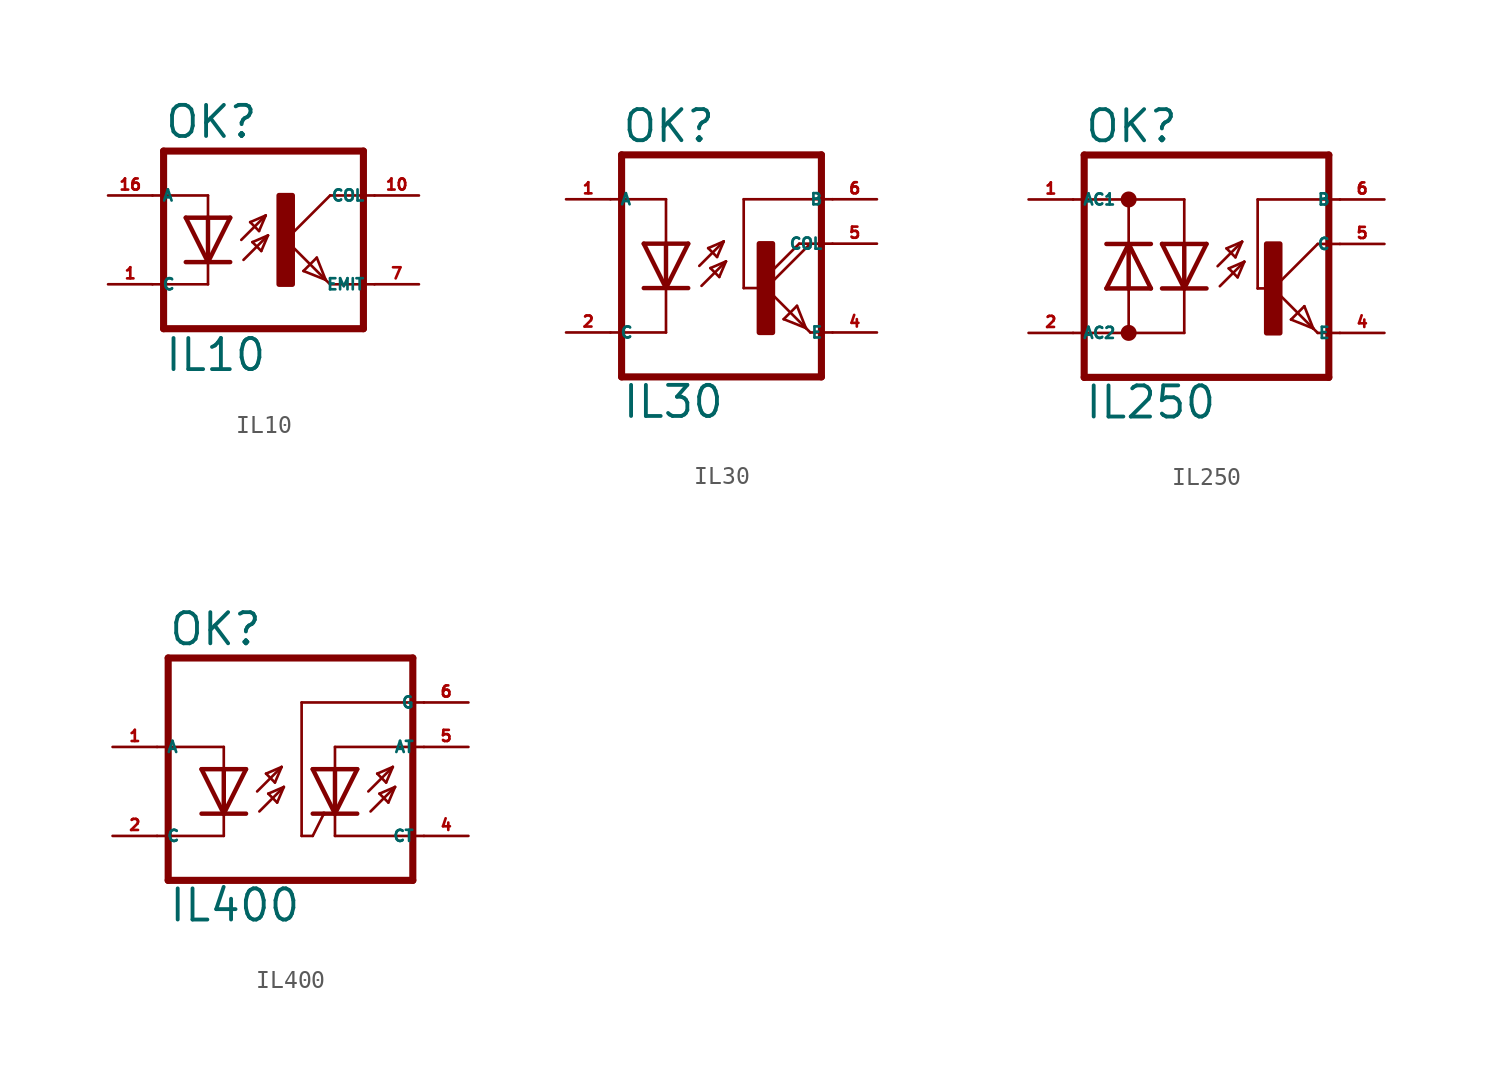
<source format=kicad_sym>
(kicad_symbol_lib
  (version 20220914)
  (generator kicad_symbol_editor)
  (symbol "IL10"
    (property "Reference" "OK"
      (at -6.985 5.715 0)
      (effects (font (size 1.778 1.778) (thickness 0.22)) (justify left bottom)))
    (property "Value" "IL10"
      (at -6.985 -7.62 0)
      (effects (font (size 1.778 1.778) (thickness 0.22)) (justify left bottom)))
    (symbol "IL10_1_1"
      (rectangle (start -0.381 -2.54) (end 0.381 2.54) (stroke (width 0.3) (type default)) (fill (type outline)))
      (polyline (pts (xy -6.985 -5.08) (xy 4.445 -5.08)) (stroke (width 0.406) (type default)) (fill (type none)))
      (polyline (pts (xy -6.985 5.08) (xy -6.985 -5.08)) (stroke (width 0.406) (type default)) (fill (type none)))
      (polyline (pts (xy -6.985 5.08) (xy 4.445 5.08)) (stroke (width 0.406) (type default)) (fill (type none)))
      (polyline (pts (xy -4.445 -2.54) (xy -7.62 -2.54)) (stroke (width 0.152) (type default)) (fill (type none)))
      (polyline (pts (xy -4.445 -1.27) (xy -5.715 -1.27)) (stroke (width 0.254) (type default)) (fill (type none)))
      (polyline (pts (xy -4.445 -1.27) (xy -5.715 1.27)) (stroke (width 0.254) (type default)) (fill (type none)))
      (polyline (pts (xy -4.445 -1.27) (xy -4.445 -2.54)) (stroke (width 0.152) (type default)) (fill (type none)))
      (polyline (pts (xy -4.445 1.27) (xy -5.715 1.27)) (stroke (width 0.254) (type default)) (fill (type none)))
      (polyline (pts (xy -4.445 1.27) (xy -4.445 -1.27)) (stroke (width 0.254) (type default)) (fill (type none)))
      (polyline (pts (xy -4.445 2.54) (xy -7.62 2.54)) (stroke (width 0.152) (type default)) (fill (type none)))
      (polyline (pts (xy -4.445 2.54) (xy -4.445 1.27)) (stroke (width 0.152) (type default)) (fill (type none)))
      (polyline (pts (xy -3.175 -1.27) (xy -4.445 -1.27)) (stroke (width 0.254) (type default)) (fill (type none)))
      (polyline (pts (xy -3.175 1.27) (xy -4.445 -1.27)) (stroke (width 0.254) (type default)) (fill (type none)))
      (polyline (pts (xy -3.175 1.27) (xy -4.445 1.27)) (stroke (width 0.254) (type default)) (fill (type none)))
      (polyline (pts (xy -2.54 0) (xy -1.143 1.397)) (stroke (width 0.152) (type default)) (fill (type none)))
      (polyline (pts (xy -2.413 -1.143) (xy -1.016 0.254)) (stroke (width 0.152) (type default)) (fill (type none)))
      (polyline (pts (xy -2.032 1.016) (xy -1.524 0.508)) (stroke (width 0.152) (type default)) (fill (type none)))
      (polyline (pts (xy -1.905 -0.127) (xy -1.397 -0.635)) (stroke (width 0.152) (type default)) (fill (type none)))
      (polyline (pts (xy -1.524 0.508) (xy -1.143 1.397)) (stroke (width 0.152) (type default)) (fill (type none)))
      (polyline (pts (xy -1.397 -0.635) (xy -1.016 0.254)) (stroke (width 0.152) (type default)) (fill (type none)))
      (polyline (pts (xy -1.143 1.397) (xy -2.032 1.016)) (stroke (width 0.152) (type default)) (fill (type none)))
      (polyline (pts (xy -1.016 0.254) (xy -1.905 -0.127)) (stroke (width 0.152) (type default)) (fill (type none)))
      (polyline (pts (xy 0 0) (xy 2.286 -2.286)) (stroke (width 0.152) (type default)) (fill (type none)))
      (polyline (pts (xy 1.016 -1.778) (xy 1.778 -1.016)) (stroke (width 0.152) (type default)) (fill (type none)))
      (polyline (pts (xy 1.778 -1.016) (xy 2.286 -2.286)) (stroke (width 0.152) (type default)) (fill (type none)))
      (polyline (pts (xy 2.286 -2.286) (xy 1.016 -1.778)) (stroke (width 0.152) (type default)) (fill (type none)))
      (polyline (pts (xy 2.286 -2.286) (xy 2.54 -2.54)) (stroke (width 0.152) (type default)) (fill (type none)))
      (polyline (pts (xy 2.54 -2.54) (xy 5.08 -2.54)) (stroke (width 0.152) (type default)) (fill (type none)))
      (polyline (pts (xy 2.54 2.54) (xy 0 0)) (stroke (width 0.152) (type default)) (fill (type none)))
      (polyline (pts (xy 2.54 2.54) (xy 5.08 2.54)) (stroke (width 0.152) (type default)) (fill (type none)))
      (polyline (pts (xy 4.445 5.08) (xy 4.445 -5.08)) (stroke (width 0.406) (type default)) (fill (type none)))
      (pin passive line (at -10.16 -2.54 0) (length 2.54) (name "C" (effects (font (size 0.635 0.635)))) (number "1" (effects (font (size 0.635 0.635)))))
      (pin passive line (at 7.62 2.54 180) (length 2.54) (name "COL" (effects (font (size 0.635 0.635)))) (number "10" (effects (font (size 0.635 0.635)))))
      (pin passive line (at -10.16 2.54 0) (length 2.54) (name "A" (effects (font (size 0.635 0.635)))) (number "16" (effects (font (size 0.635 0.635)))))
      (pin passive line (at 7.62 -2.54 180) (length 2.54) (name "EMIT" (effects (font (size 0.635 0.635)))) (number "7" (effects (font (size 0.635 0.635)))))))
  (symbol "IL30"
    (property "Reference" "OK"
      (at -7.01 8.23 0)
      (effects (font (size 1.778 1.778) (thickness 0.22)) (justify left bottom)))
    (property "Value" "IL30"
      (at -7.01 -7.544 0)
      (effects (font (size 1.778 1.778) (thickness 0.22)) (justify left bottom)))
    (symbol "IL30_1_1"
      (polyline (pts (xy -7.62 5.08) (xy -4.445 5.08)) (stroke (width 0.152) (type default)) (fill (type none)))
      (polyline (pts (xy -6.985 -5.08) (xy 4.445 -5.08)) (stroke (width 0.406) (type default)) (fill (type none)))
      (polyline (pts (xy -6.985 7.62) (xy -6.985 -5.08)) (stroke (width 0.406) (type default)) (fill (type none)))
      (polyline (pts (xy -6.985 7.62) (xy 4.445 7.62)) (stroke (width 0.406) (type default)) (fill (type none)))
      (polyline (pts (xy -4.445 -2.54) (xy -7.62 -2.54)) (stroke (width 0.152) (type default)) (fill (type none)))
      (polyline (pts (xy -4.445 0) (xy -5.715 0)) (stroke (width 0.254) (type default)) (fill (type none)))
      (polyline (pts (xy -4.445 0) (xy -5.715 2.54)) (stroke (width 0.254) (type default)) (fill (type none)))
      (polyline (pts (xy -4.445 0) (xy -4.445 -2.54)) (stroke (width 0.152) (type default)) (fill (type none)))
      (polyline (pts (xy -4.445 2.54) (xy -5.715 2.54)) (stroke (width 0.254) (type default)) (fill (type none)))
      (polyline (pts (xy -4.445 2.54) (xy -4.445 0)) (stroke (width 0.254) (type default)) (fill (type none)))
      (polyline (pts (xy -4.445 5.08) (xy -4.445 2.54)) (stroke (width 0.152) (type default)) (fill (type none)))
      (polyline (pts (xy -3.175 0) (xy -4.445 0)) (stroke (width 0.254) (type default)) (fill (type none)))
      (polyline (pts (xy -3.175 2.54) (xy -4.445 0)) (stroke (width 0.254) (type default)) (fill (type none)))
      (polyline (pts (xy -3.175 2.54) (xy -4.445 2.54)) (stroke (width 0.254) (type default)) (fill (type none)))
      (polyline (pts (xy -2.54 1.27) (xy -1.143 2.667)) (stroke (width 0.152) (type default)) (fill (type none)))
      (polyline (pts (xy -2.413 0.127) (xy -1.016 1.524)) (stroke (width 0.152) (type default)) (fill (type none)))
      (polyline (pts (xy -2.032 2.286) (xy -1.524 1.778)) (stroke (width 0.152) (type default)) (fill (type none)))
      (polyline (pts (xy -1.905 1.143) (xy -1.397 0.635)) (stroke (width 0.152) (type default)) (fill (type none)))
      (polyline (pts (xy -1.524 1.778) (xy -1.143 2.667)) (stroke (width 0.152) (type default)) (fill (type none)))
      (polyline (pts (xy -1.397 0.635) (xy -1.016 1.524)) (stroke (width 0.152) (type default)) (fill (type none)))
      (polyline (pts (xy -1.143 2.667) (xy -2.032 2.286)) (stroke (width 0.152) (type default)) (fill (type none)))
      (polyline (pts (xy -1.016 1.524) (xy -1.905 1.143)) (stroke (width 0.152) (type default)) (fill (type none)))
      (polyline (pts (xy 0 0) (xy 0 5.08)) (stroke (width 0.152) (type default)) (fill (type none)))
      (polyline (pts (xy 0 5.08) (xy 5.08 5.08)) (stroke (width 0.152) (type default)) (fill (type none)))
      (polyline (pts (xy 1.27 0) (xy 0 0)) (stroke (width 0.152) (type default)) (fill (type none)))
      (polyline (pts (xy 1.27 0) (xy 3.556 -2.286)) (stroke (width 0.152) (type default)) (fill (type none)))
      (polyline (pts (xy 2.286 -1.778) (xy 3.048 -1.016)) (stroke (width 0.152) (type default)) (fill (type none)))
      (polyline (pts (xy 3.048 -1.016) (xy 3.556 -2.286)) (stroke (width 0.152) (type default)) (fill (type none)))
      (polyline (pts (xy 3.175 2.54) (xy 1.27 0.635)) (stroke (width 0.152) (type default)) (fill (type none)))
      (polyline (pts (xy 3.556 -2.286) (xy 2.286 -1.778)) (stroke (width 0.152) (type default)) (fill (type none)))
      (polyline (pts (xy 3.556 -2.286) (xy 3.81 -2.54)) (stroke (width 0.152) (type default)) (fill (type none)))
      (polyline (pts (xy 3.81 -2.54) (xy 5.08 -2.54)) (stroke (width 0.152) (type default)) (fill (type none)))
      (polyline (pts (xy 3.81 2.54) (xy 1.27 0)) (stroke (width 0.152) (type default)) (fill (type none)))
      (polyline (pts (xy 3.81 2.54) (xy 3.175 2.54)) (stroke (width 0.152) (type default)) (fill (type none)))
      (polyline (pts (xy 3.81 2.54) (xy 5.08 2.54)) (stroke (width 0.152) (type default)) (fill (type none)))
      (polyline (pts (xy 4.445 7.62) (xy 4.445 -5.08)) (stroke (width 0.406) (type default)) (fill (type none)))
      (rectangle (start 0.889 -2.54) (end 1.651 2.54) (stroke (width 0.3) (type default)) (fill (type outline)))
      (pin passive line (at -10.16 5.08 0) (length 2.54) (name "A" (effects (font (size 0.635 0.635)))) (number "1" (effects (font (size 0.635 0.635)))))
      (pin passive line (at -10.16 -2.54 0) (length 2.54) (name "C" (effects (font (size 0.635 0.635)))) (number "2" (effects (font (size 0.635 0.635)))))
      (pin passive line (at 7.62 -2.54 180) (length 2.54) (name "E" (effects (font (size 0.635 0.635)))) (number "4" (effects (font (size 0.635 0.635)))))
      (pin passive line (at 7.62 2.54 180) (length 2.54) (name "COL" (effects (font (size 0.635 0.635)))) (number "5" (effects (font (size 0.635 0.635)))))
      (pin passive line (at 7.62 5.08 180) (length 2.54) (name "B" (effects (font (size 0.635 0.635)))) (number "6" (effects (font (size 0.635 0.635)))))))
  (symbol "IL250"
    (property "Reference" "OK"
      (at -7.01 8.23 0)
      (effects (font (size 1.778 1.778) (thickness 0.22)) (justify left bottom)))
    (property "Value" "IL250"
      (at -7.01 -7.544 0)
      (effects (font (size 1.778 1.778) (thickness 0.22)) (justify left bottom)))
    (symbol "IL250_1_1"
      (circle (center -4.445 -2.54) (radius 0.254) (stroke (width 0.406) (type default)) (fill (type none)))
      (circle (center -4.445 5.08) (radius 0.254) (stroke (width 0.406) (type default)) (fill (type none)))
      (polyline (pts (xy -6.985 -5.08) (xy -6.985 7.62)) (stroke (width 0.406) (type default)) (fill (type none)))
      (polyline (pts (xy -6.985 7.62) (xy 6.985 7.62)) (stroke (width 0.406) (type default)) (fill (type none)))
      (polyline (pts (xy -5.715 0) (xy -4.445 0)) (stroke (width 0.254) (type default)) (fill (type none)))
      (polyline (pts (xy -5.715 0) (xy -4.445 2.54)) (stroke (width 0.254) (type default)) (fill (type none)))
      (polyline (pts (xy -5.715 2.54) (xy -4.445 2.54)) (stroke (width 0.254) (type default)) (fill (type none)))
      (polyline (pts (xy -4.445 -2.54) (xy -7.62 -2.54)) (stroke (width 0.152) (type default)) (fill (type none)))
      (polyline (pts (xy -4.445 -2.54) (xy -4.445 0)) (stroke (width 0.152) (type default)) (fill (type none)))
      (polyline (pts (xy -4.445 -2.54) (xy -1.27 -2.54)) (stroke (width 0.152) (type default)) (fill (type none)))
      (polyline (pts (xy -4.445 0) (xy -4.445 2.54)) (stroke (width 0.254) (type default)) (fill (type none)))
      (polyline (pts (xy -4.445 0) (xy -3.175 0)) (stroke (width 0.254) (type default)) (fill (type none)))
      (polyline (pts (xy -4.445 2.54) (xy -3.175 0)) (stroke (width 0.254) (type default)) (fill (type none)))
      (polyline (pts (xy -4.445 2.54) (xy -3.175 2.54)) (stroke (width 0.254) (type default)) (fill (type none)))
      (polyline (pts (xy -4.445 5.08) (xy -7.62 5.08)) (stroke (width 0.152) (type default)) (fill (type none)))
      (polyline (pts (xy -4.445 5.08) (xy -4.445 2.54)) (stroke (width 0.152) (type default)) (fill (type none)))
      (polyline (pts (xy -4.445 5.08) (xy -1.27 5.08)) (stroke (width 0.152) (type default)) (fill (type none)))
      (polyline (pts (xy -1.27 -2.54) (xy -1.27 0)) (stroke (width 0.152) (type default)) (fill (type none)))
      (polyline (pts (xy -1.27 0) (xy -2.54 0)) (stroke (width 0.254) (type default)) (fill (type none)))
      (polyline (pts (xy -1.27 0) (xy -2.54 2.54)) (stroke (width 0.254) (type default)) (fill (type none)))
      (polyline (pts (xy -1.27 2.54) (xy -2.54 2.54)) (stroke (width 0.254) (type default)) (fill (type none)))
      (polyline (pts (xy -1.27 2.54) (xy -1.27 0)) (stroke (width 0.254) (type default)) (fill (type none)))
      (polyline (pts (xy -1.27 5.08) (xy -1.27 2.54)) (stroke (width 0.152) (type default)) (fill (type none)))
      (polyline (pts (xy 0 0) (xy -1.27 0)) (stroke (width 0.254) (type default)) (fill (type none)))
      (polyline (pts (xy 0 2.54) (xy -1.27 0)) (stroke (width 0.254) (type default)) (fill (type none)))
      (polyline (pts (xy 0 2.54) (xy -1.27 2.54)) (stroke (width 0.254) (type default)) (fill (type none)))
      (polyline (pts (xy 0.635 1.27) (xy 2.032 2.667)) (stroke (width 0.152) (type default)) (fill (type none)))
      (polyline (pts (xy 0.762 0.127) (xy 2.159 1.524)) (stroke (width 0.152) (type default)) (fill (type none)))
      (polyline (pts (xy 1.143 2.286) (xy 1.651 1.778)) (stroke (width 0.152) (type default)) (fill (type none)))
      (polyline (pts (xy 1.27 1.143) (xy 1.778 0.635)) (stroke (width 0.152) (type default)) (fill (type none)))
      (polyline (pts (xy 1.651 1.778) (xy 2.032 2.667)) (stroke (width 0.152) (type default)) (fill (type none)))
      (polyline (pts (xy 1.778 0.635) (xy 2.159 1.524)) (stroke (width 0.152) (type default)) (fill (type none)))
      (polyline (pts (xy 2.032 2.667) (xy 1.143 2.286)) (stroke (width 0.152) (type default)) (fill (type none)))
      (polyline (pts (xy 2.159 1.524) (xy 1.27 1.143)) (stroke (width 0.152) (type default)) (fill (type none)))
      (polyline (pts (xy 2.921 0) (xy 2.921 5.08)) (stroke (width 0.152) (type default)) (fill (type none)))
      (polyline (pts (xy 2.921 0) (xy 3.556 0)) (stroke (width 0.152) (type default)) (fill (type none)))
      (polyline (pts (xy 3.81 0) (xy 6.096 -2.286)) (stroke (width 0.152) (type default)) (fill (type none)))
      (polyline (pts (xy 4.826 -1.778) (xy 5.588 -1.016)) (stroke (width 0.152) (type default)) (fill (type none)))
      (polyline (pts (xy 5.588 -1.016) (xy 6.096 -2.286)) (stroke (width 0.152) (type default)) (fill (type none)))
      (polyline (pts (xy 6.096 -2.286) (xy 4.826 -1.778)) (stroke (width 0.152) (type default)) (fill (type none)))
      (polyline (pts (xy 6.096 -2.286) (xy 6.35 -2.54)) (stroke (width 0.152) (type default)) (fill (type none)))
      (polyline (pts (xy 6.35 -2.54) (xy 7.62 -2.54)) (stroke (width 0.152) (type default)) (fill (type none)))
      (polyline (pts (xy 6.35 2.54) (xy 3.81 0)) (stroke (width 0.152) (type default)) (fill (type none)))
      (polyline (pts (xy 6.35 2.54) (xy 7.62 2.54)) (stroke (width 0.152) (type default)) (fill (type none)))
      (polyline (pts (xy 6.985 -5.08) (xy -6.985 -5.08)) (stroke (width 0.406) (type default)) (fill (type none)))
      (polyline (pts (xy 6.985 -5.08) (xy 6.985 7.62)) (stroke (width 0.406) (type default)) (fill (type none)))
      (polyline (pts (xy 7.62 5.08) (xy 2.921 5.08)) (stroke (width 0.152) (type default)) (fill (type none)))
      (rectangle (start 3.429 -2.54) (end 4.191 2.54) (stroke (width 0.3) (type default)) (fill (type outline)))
      (pin passive line (at -10.16 5.08 0) (length 2.54) (name "AC1" (effects (font (size 0.635 0.635)))) (number "1" (effects (font (size 0.635 0.635)))))
      (pin passive line (at -10.16 -2.54 0) (length 2.54) (name "AC2" (effects (font (size 0.635 0.635)))) (number "2" (effects (font (size 0.635 0.635)))))
      (pin passive line (at 10.16 -2.54 180) (length 2.54) (name "E" (effects (font (size 0.635 0.635)))) (number "4" (effects (font (size 0.635 0.635)))))
      (pin passive line (at 10.16 2.54 180) (length 2.54) (name "C" (effects (font (size 0.635 0.635)))) (number "5" (effects (font (size 0.635 0.635)))))
      (pin passive line (at 10.16 5.08 180) (length 2.54) (name "B" (effects (font (size 0.635 0.635)))) (number "6" (effects (font (size 0.635 0.635)))))))
  (symbol "IL400"
    (property "Reference" "OK"
      (at -7.01 5.69 0)
      (effects (font (size 1.778 1.778) (thickness 0.22)) (justify left bottom)))
    (property "Value" "IL400"
      (at -7.01 -10.084 0)
      (effects (font (size 1.778 1.778) (thickness 0.22)) (justify left bottom)))
    (symbol "IL400_1_1"
      (polyline (pts (xy -7.62 -5.08) (xy -3.81 -5.08)) (stroke (width 0.152) (type default)) (fill (type none)))
      (polyline (pts (xy -7.62 0) (xy -3.81 0)) (stroke (width 0.152) (type default)) (fill (type none)))
      (polyline (pts (xy -6.985 -7.62) (xy 6.985 -7.62)) (stroke (width 0.406) (type default)) (fill (type none)))
      (polyline (pts (xy -6.985 5.08) (xy -6.985 -7.62)) (stroke (width 0.406) (type default)) (fill (type none)))
      (polyline (pts (xy -3.81 -3.81) (xy -5.08 -3.81)) (stroke (width 0.254) (type default)) (fill (type none)))
      (polyline (pts (xy -3.81 -3.81) (xy -5.08 -1.27)) (stroke (width 0.254) (type default)) (fill (type none)))
      (polyline (pts (xy -3.81 -3.81) (xy -3.81 -5.08)) (stroke (width 0.152) (type default)) (fill (type none)))
      (polyline (pts (xy -3.81 -1.27) (xy -5.08 -1.27)) (stroke (width 0.254) (type default)) (fill (type none)))
      (polyline (pts (xy -3.81 -1.27) (xy -3.81 -3.81)) (stroke (width 0.254) (type default)) (fill (type none)))
      (polyline (pts (xy -3.81 0) (xy -3.81 -1.27)) (stroke (width 0.152) (type default)) (fill (type none)))
      (polyline (pts (xy -2.54 -3.81) (xy -3.81 -3.81)) (stroke (width 0.254) (type default)) (fill (type none)))
      (polyline (pts (xy -2.54 -1.27) (xy -3.81 -3.81)) (stroke (width 0.254) (type default)) (fill (type none)))
      (polyline (pts (xy -2.54 -1.27) (xy -3.81 -1.27)) (stroke (width 0.254) (type default)) (fill (type none)))
      (polyline (pts (xy -1.905 -2.54) (xy -0.508 -1.143)) (stroke (width 0.152) (type default)) (fill (type none)))
      (polyline (pts (xy -1.778 -3.683) (xy -0.381 -2.286)) (stroke (width 0.152) (type default)) (fill (type none)))
      (polyline (pts (xy -1.397 -1.524) (xy -0.889 -2.032)) (stroke (width 0.152) (type default)) (fill (type none)))
      (polyline (pts (xy -1.27 -2.667) (xy -0.762 -3.175)) (stroke (width 0.152) (type default)) (fill (type none)))
      (polyline (pts (xy -0.889 -2.032) (xy -0.508 -1.143)) (stroke (width 0.152) (type default)) (fill (type none)))
      (polyline (pts (xy -0.762 -3.175) (xy -0.381 -2.286)) (stroke (width 0.152) (type default)) (fill (type none)))
      (polyline (pts (xy -0.508 -1.143) (xy -1.397 -1.524)) (stroke (width 0.152) (type default)) (fill (type none)))
      (polyline (pts (xy -0.381 -2.286) (xy -1.27 -2.667)) (stroke (width 0.152) (type default)) (fill (type none)))
      (polyline (pts (xy 0.635 -5.08) (xy 0.635 2.54)) (stroke (width 0.152) (type default)) (fill (type none)))
      (polyline (pts (xy 0.635 2.54) (xy 7.62 2.54)) (stroke (width 0.152) (type default)) (fill (type none)))
      (polyline (pts (xy 1.27 -5.08) (xy 0.635 -5.08)) (stroke (width 0.152) (type default)) (fill (type none)))
      (polyline (pts (xy 1.905 -3.81) (xy 1.27 -5.08)) (stroke (width 0.152) (type default)) (fill (type none)))
      (polyline (pts (xy 1.905 -3.81) (xy 1.27 -3.81)) (stroke (width 0.254) (type default)) (fill (type none)))
      (polyline (pts (xy 2.54 -5.08) (xy 2.54 -3.81)) (stroke (width 0.152) (type default)) (fill (type none)))
      (polyline (pts (xy 2.54 -5.08) (xy 7.62 -5.08)) (stroke (width 0.152) (type default)) (fill (type none)))
      (polyline (pts (xy 2.54 -3.81) (xy 1.27 -1.27)) (stroke (width 0.254) (type default)) (fill (type none)))
      (polyline (pts (xy 2.54 -3.81) (xy 1.905 -3.81)) (stroke (width 0.254) (type default)) (fill (type none)))
      (polyline (pts (xy 2.54 -1.27) (xy 1.27 -1.27)) (stroke (width 0.254) (type default)) (fill (type none)))
      (polyline (pts (xy 2.54 -1.27) (xy 2.54 -3.81)) (stroke (width 0.254) (type default)) (fill (type none)))
      (polyline (pts (xy 2.54 -1.27) (xy 2.54 0)) (stroke (width 0.152) (type default)) (fill (type none)))
      (polyline (pts (xy 2.54 0) (xy 7.62 0)) (stroke (width 0.152) (type default)) (fill (type none)))
      (polyline (pts (xy 3.81 -3.81) (xy 2.54 -3.81)) (stroke (width 0.254) (type default)) (fill (type none)))
      (polyline (pts (xy 3.81 -1.27) (xy 2.54 -3.81)) (stroke (width 0.254) (type default)) (fill (type none)))
      (polyline (pts (xy 3.81 -1.27) (xy 2.54 -1.27)) (stroke (width 0.254) (type default)) (fill (type none)))
      (polyline (pts (xy 4.445 -2.54) (xy 5.842 -1.143)) (stroke (width 0.152) (type default)) (fill (type none)))
      (polyline (pts (xy 4.572 -3.683) (xy 5.969 -2.286)) (stroke (width 0.152) (type default)) (fill (type none)))
      (polyline (pts (xy 4.953 -1.524) (xy 5.461 -2.032)) (stroke (width 0.152) (type default)) (fill (type none)))
      (polyline (pts (xy 5.08 -2.667) (xy 5.588 -3.175)) (stroke (width 0.152) (type default)) (fill (type none)))
      (polyline (pts (xy 5.461 -2.032) (xy 5.842 -1.143)) (stroke (width 0.152) (type default)) (fill (type none)))
      (polyline (pts (xy 5.588 -3.175) (xy 5.969 -2.286)) (stroke (width 0.152) (type default)) (fill (type none)))
      (polyline (pts (xy 5.842 -1.143) (xy 4.953 -1.524)) (stroke (width 0.152) (type default)) (fill (type none)))
      (polyline (pts (xy 5.969 -2.286) (xy 5.08 -2.667)) (stroke (width 0.152) (type default)) (fill (type none)))
      (polyline (pts (xy 6.985 -7.62) (xy 6.985 5.08)) (stroke (width 0.406) (type default)) (fill (type none)))
      (polyline (pts (xy 6.985 5.08) (xy -6.985 5.08)) (stroke (width 0.406) (type default)) (fill (type none)))
      (pin passive line (at -10.16 0 0) (length 2.54) (name "A" (effects (font (size 0.635 0.635)))) (number "1" (effects (font (size 0.635 0.635)))))
      (pin passive line (at -10.16 -5.08 0) (length 2.54) (name "C" (effects (font (size 0.635 0.635)))) (number "2" (effects (font (size 0.635 0.635)))))
      (pin passive line (at 10.16 -5.08 180) (length 2.54) (name "CT" (effects (font (size 0.635 0.635)))) (number "4" (effects (font (size 0.635 0.635)))))
      (pin passive line (at 10.16 0 180) (length 2.54) (name "AT" (effects (font (size 0.635 0.635)))) (number "5" (effects (font (size 0.635 0.635)))))
      (pin passive line (at 10.16 2.54 180) (length 2.54) (name "G" (effects (font (size 0.635 0.635)))) (number "6" (effects (font (size 0.635 0.635))))))))
</source>
